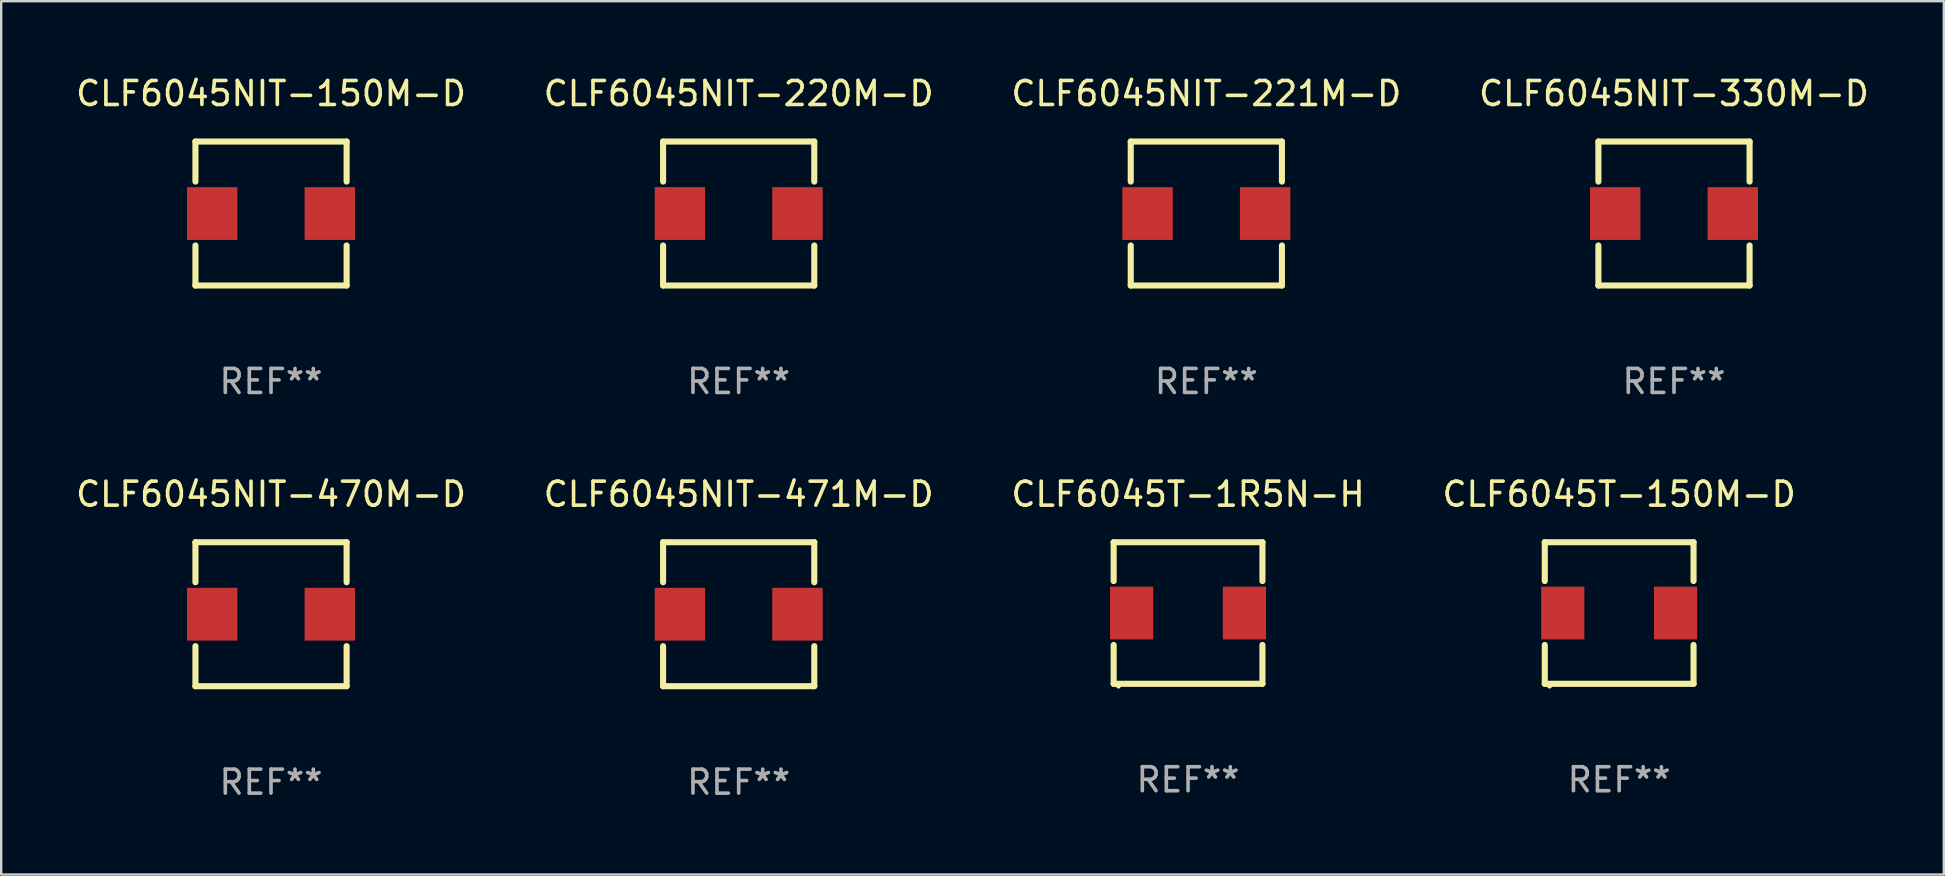
<source format=kicad_pcb>
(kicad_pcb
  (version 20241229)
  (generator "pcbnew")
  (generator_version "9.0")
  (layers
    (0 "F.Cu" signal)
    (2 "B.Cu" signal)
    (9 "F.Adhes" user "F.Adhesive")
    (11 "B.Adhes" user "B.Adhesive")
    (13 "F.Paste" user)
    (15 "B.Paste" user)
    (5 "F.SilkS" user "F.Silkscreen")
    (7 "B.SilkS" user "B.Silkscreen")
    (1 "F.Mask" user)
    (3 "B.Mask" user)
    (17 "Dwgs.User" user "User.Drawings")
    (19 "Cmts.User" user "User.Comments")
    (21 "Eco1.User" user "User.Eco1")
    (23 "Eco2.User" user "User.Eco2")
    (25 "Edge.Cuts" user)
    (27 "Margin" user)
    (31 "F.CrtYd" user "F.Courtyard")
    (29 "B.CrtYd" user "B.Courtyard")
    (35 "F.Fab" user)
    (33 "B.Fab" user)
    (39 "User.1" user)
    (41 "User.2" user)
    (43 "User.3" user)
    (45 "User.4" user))
  (footprint "CLF6045NIT-470M-D"
    (layer "F.Cu")
    (at 8.244 22.545)
    (property "Reference" "CLF6045NIT-470M-D" (at 0 -5 0) (layer "F.SilkS") (effects (font (size 1 1) (thickness 0.15))))
    (attr through_hole)
    (fp_line (start -3.15 -3) (end -3.15 -1.331) (stroke (width 0.254) (type solid)) (layer "F.SilkS"))
    (fp_line (start -3.15 -3) (end 3.15 -3) (stroke (width 0.254) (type solid)) (layer "F.SilkS"))
    (fp_line (start -3.15 1.331) (end -3.15 3) (stroke (width 0.254) (type solid)) (layer "F.SilkS"))
    (fp_line (start -3.15 3) (end 3.15 3) (stroke (width 0.254) (type solid)) (layer "F.SilkS"))
    (fp_line (start 3.15 -1.331) (end 3.15 -3) (stroke (width 0.254) (type solid)) (layer "F.SilkS"))
    (fp_line (start 3.15 3) (end 3.15 1.331) (stroke (width 0.254) (type solid)) (layer "F.SilkS"))
    (fp_circle (center -3.15 -3) (end -3.12 -3) (stroke (width 0.06) (type solid)) (fill no) (layer "F.SilkS"))
    (fp_text user "REF**" (at 0 7 0) (layer "F.Fab") (effects (font (size 1 1) (thickness 0.15))))
    (pad "1" smd rect (at -2.45 0) (size 2.1 2.2) (layers "F.Cu" "F.Mask" "F.Paste"))
    (pad "2" smd rect (at 2.45 0) (size 2.1 2.2) (layers "F.Cu" "F.Mask" "F.Paste")))
  (footprint "CLF6045NIT-471M-D"
    (layer "F.Cu")
    (at 27.732 22.545)
    (property "Reference" "CLF6045NIT-471M-D" (at 0 -5 0) (layer "F.SilkS") (effects (font (size 1 1) (thickness 0.15))))
    (attr through_hole)
    (fp_line (start -3.15 -3) (end -3.15 -1.331) (stroke (width 0.254) (type solid)) (layer "F.SilkS"))
    (fp_line (start -3.15 -3) (end 3.15 -3) (stroke (width 0.254) (type solid)) (layer "F.SilkS"))
    (fp_line (start -3.15 1.331) (end -3.15 3) (stroke (width 0.254) (type solid)) (layer "F.SilkS"))
    (fp_line (start -3.15 3) (end 3.15 3) (stroke (width 0.254) (type solid)) (layer "F.SilkS"))
    (fp_line (start 3.15 -1.331) (end 3.15 -3) (stroke (width 0.254) (type solid)) (layer "F.SilkS"))
    (fp_line (start 3.15 3) (end 3.15 1.331) (stroke (width 0.254) (type solid)) (layer "F.SilkS"))
    (fp_circle (center -3.15 -3) (end -3.12 -3) (stroke (width 0.06) (type solid)) (fill no) (layer "F.SilkS"))
    (fp_text user "REF**" (at 0 7 0) (layer "F.Fab") (effects (font (size 1 1) (thickness 0.15))))
    (pad "1" smd rect (at -2.45 0) (size 2.1 2.2) (layers "F.Cu" "F.Mask" "F.Paste"))
    (pad "2" smd rect (at 2.45 0) (size 2.1 2.2) (layers "F.Cu" "F.Mask" "F.Paste")))
  (footprint "CLF6045NIT-221M-D"
    (layer "F.Cu")
    (at 47.22 5.848)
    (property "Reference" "CLF6045NIT-221M-D" (at 0 -5 0) (layer "F.SilkS") (effects (font (size 1 1) (thickness 0.15))))
    (attr through_hole)
    (fp_line (start -3.15 -3) (end -3.15 -1.331) (stroke (width 0.254) (type solid)) (layer "F.SilkS"))
    (fp_line (start -3.15 -3) (end 3.15 -3) (stroke (width 0.254) (type solid)) (layer "F.SilkS"))
    (fp_line (start -3.15 1.331) (end -3.15 3) (stroke (width 0.254) (type solid)) (layer "F.SilkS"))
    (fp_line (start -3.15 3) (end 3.15 3) (stroke (width 0.254) (type solid)) (layer "F.SilkS"))
    (fp_line (start 3.15 -1.331) (end 3.15 -3) (stroke (width 0.254) (type solid)) (layer "F.SilkS"))
    (fp_line (start 3.15 3) (end 3.15 1.331) (stroke (width 0.254) (type solid)) (layer "F.SilkS"))
    (fp_circle (center -3.15 -3) (end -3.12 -3) (stroke (width 0.06) (type solid)) (fill no) (layer "F.SilkS"))
    (fp_text user "REF**" (at 0 7 0) (layer "F.Fab") (effects (font (size 1 1) (thickness 0.15))))
    (pad "1" smd rect (at -2.45 0) (size 2.1 2.2) (layers "F.Cu" "F.Mask" "F.Paste"))
    (pad "2" smd rect (at 2.45 0) (size 2.1 2.2) (layers "F.Cu" "F.Mask" "F.Paste")))
  (footprint "CLF6045T-1R5N-H"
    (layer "F.Cu")
    (at 46.458 22.495)
    (property "Reference" "CLF6045T-1R5N-H" (at 0 -4.95 0) (layer "F.SilkS") (effects (font (size 1 1) (thickness 0.15))))
    (attr through_hole)
    (fp_line (start -3.1 -2.95) (end 3.1 -2.95) (stroke (width 0.254) (type solid)) (layer "F.SilkS"))
    (fp_line (start -3.1 -1.331) (end -3.1 -2.95) (stroke (width 0.254) (type solid)) (layer "F.SilkS"))
    (fp_line (start -3.1 2.95) (end -3.1 1.331) (stroke (width 0.254) (type solid)) (layer "F.SilkS"))
    (fp_line (start 3.1 -1.331) (end 3.1 -2.95) (stroke (width 0.254) (type solid)) (layer "F.SilkS"))
    (fp_line (start 3.1 2.95) (end -3.1 2.95) (stroke (width 0.254) (type solid)) (layer "F.SilkS"))
    (fp_line (start 3.1 2.95) (end 3.1 1.331) (stroke (width 0.254) (type solid)) (layer "F.SilkS"))
    (fp_circle (center -2.9 3.05) (end -2.85 3.05) (stroke (width 0.1) (type solid)) (fill no) (layer "F.SilkS"))
    (fp_text user "REF**" (at 0 6.95 0) (layer "F.Fab") (effects (font (size 1 1) (thickness 0.15))))
    (pad "1" smd rect (at -2.35 0.000013) (size 1.8 2.2) (layers "F.Cu" "F.Mask" "F.Paste"))
    (pad "2" smd rect (at 2.35 0.000013) (size 1.8 2.2) (layers "F.Cu" "F.Mask" "F.Paste")))
  (footprint "CLF6045NIT-330M-D"
    (layer "F.Cu")
    (at 66.708 5.848)
    (property "Reference" "CLF6045NIT-330M-D" (at 0 -5 0) (layer "F.SilkS") (effects (font (size 1 1) (thickness 0.15))))
    (attr through_hole)
    (fp_line (start -3.15 -3) (end -3.15 -1.331) (stroke (width 0.254) (type solid)) (layer "F.SilkS"))
    (fp_line (start -3.15 -3) (end 3.15 -3) (stroke (width 0.254) (type solid)) (layer "F.SilkS"))
    (fp_line (start -3.15 1.331) (end -3.15 3) (stroke (width 0.254) (type solid)) (layer "F.SilkS"))
    (fp_line (start -3.15 3) (end 3.15 3) (stroke (width 0.254) (type solid)) (layer "F.SilkS"))
    (fp_line (start 3.15 -1.331) (end 3.15 -3) (stroke (width 0.254) (type solid)) (layer "F.SilkS"))
    (fp_line (start 3.15 3) (end 3.15 1.331) (stroke (width 0.254) (type solid)) (layer "F.SilkS"))
    (fp_circle (center -3.15 -3) (end -3.12 -3) (stroke (width 0.06) (type solid)) (fill no) (layer "F.SilkS"))
    (fp_text user "REF**" (at 0 7 0) (layer "F.Fab") (effects (font (size 1 1) (thickness 0.15))))
    (pad "1" smd rect (at -2.45 0) (size 2.1 2.2) (layers "F.Cu" "F.Mask" "F.Paste"))
    (pad "2" smd rect (at 2.45 0) (size 2.1 2.2) (layers "F.Cu" "F.Mask" "F.Paste")))
  (footprint "CLF6045T-150M-D"
    (layer "F.Cu")
    (at 64.423 22.495)
    (property "Reference" "CLF6045T-150M-D" (at 0 -4.95 0) (layer "F.SilkS") (effects (font (size 1 1) (thickness 0.15))))
    (attr through_hole)
    (fp_line (start -3.1 -2.95) (end 3.1 -2.95) (stroke (width 0.254) (type solid)) (layer "F.SilkS"))
    (fp_line (start -3.1 -1.331) (end -3.1 -2.95) (stroke (width 0.254) (type solid)) (layer "F.SilkS"))
    (fp_line (start -3.1 2.95) (end -3.1 1.331) (stroke (width 0.254) (type solid)) (layer "F.SilkS"))
    (fp_line (start 3.1 -1.331) (end 3.1 -2.95) (stroke (width 0.254) (type solid)) (layer "F.SilkS"))
    (fp_line (start 3.1 2.95) (end -3.1 2.95) (stroke (width 0.254) (type solid)) (layer "F.SilkS"))
    (fp_line (start 3.1 2.95) (end 3.1 1.331) (stroke (width 0.254) (type solid)) (layer "F.SilkS"))
    (fp_circle (center -2.9 3.05) (end -2.85 3.05) (stroke (width 0.1) (type solid)) (fill no) (layer "F.SilkS"))
    (fp_text user "REF**" (at 0 6.95 0) (layer "F.Fab") (effects (font (size 1 1) (thickness 0.15))))
    (pad "1" smd rect (at -2.35 0.000013) (size 1.8 2.2) (layers "F.Cu" "F.Mask" "F.Paste"))
    (pad "2" smd rect (at 2.35 0.000013) (size 1.8 2.2) (layers "F.Cu" "F.Mask" "F.Paste")))
  (footprint "CLF6045NIT-220M-D"
    (layer "F.Cu")
    (at 27.732 5.848)
    (property "Reference" "CLF6045NIT-220M-D" (at 0 -5 0) (layer "F.SilkS") (effects (font (size 1 1) (thickness 0.15))))
    (attr through_hole)
    (fp_line (start -3.15 -3) (end -3.15 -1.331) (stroke (width 0.254) (type solid)) (layer "F.SilkS"))
    (fp_line (start -3.15 -3) (end 3.15 -3) (stroke (width 0.254) (type solid)) (layer "F.SilkS"))
    (fp_line (start -3.15 1.331) (end -3.15 3) (stroke (width 0.254) (type solid)) (layer "F.SilkS"))
    (fp_line (start -3.15 3) (end 3.15 3) (stroke (width 0.254) (type solid)) (layer "F.SilkS"))
    (fp_line (start 3.15 -1.331) (end 3.15 -3) (stroke (width 0.254) (type solid)) (layer "F.SilkS"))
    (fp_line (start 3.15 3) (end 3.15 1.331) (stroke (width 0.254) (type solid)) (layer "F.SilkS"))
    (fp_circle (center -3.15 -3) (end -3.12 -3) (stroke (width 0.06) (type solid)) (fill no) (layer "F.SilkS"))
    (fp_text user "REF**" (at 0 7 0) (layer "F.Fab") (effects (font (size 1 1) (thickness 0.15))))
    (pad "1" smd rect (at -2.45 0) (size 2.1 2.2) (layers "F.Cu" "F.Mask" "F.Paste"))
    (pad "2" smd rect (at 2.45 0) (size 2.1 2.2) (layers "F.Cu" "F.Mask" "F.Paste")))
  (footprint "CLF6045NIT-150M-D"
    (layer "F.Cu")
    (at 8.244 5.848)
    (property "Reference" "CLF6045NIT-150M-D" (at 0 -5 0) (layer "F.SilkS") (effects (font (size 1 1) (thickness 0.15))))
    (attr through_hole)
    (fp_line (start -3.15 -3) (end -3.15 -1.331) (stroke (width 0.254) (type solid)) (layer "F.SilkS"))
    (fp_line (start -3.15 -3) (end 3.15 -3) (stroke (width 0.254) (type solid)) (layer "F.SilkS"))
    (fp_line (start -3.15 1.331) (end -3.15 3) (stroke (width 0.254) (type solid)) (layer "F.SilkS"))
    (fp_line (start -3.15 3) (end 3.15 3) (stroke (width 0.254) (type solid)) (layer "F.SilkS"))
    (fp_line (start 3.15 -1.331) (end 3.15 -3) (stroke (width 0.254) (type solid)) (layer "F.SilkS"))
    (fp_line (start 3.15 3) (end 3.15 1.331) (stroke (width 0.254) (type solid)) (layer "F.SilkS"))
    (fp_circle (center -3.15 -3) (end -3.12 -3) (stroke (width 0.06) (type solid)) (fill no) (layer "F.SilkS"))
    (fp_text user "REF**" (at 0 7 0) (layer "F.Fab") (effects (font (size 1 1) (thickness 0.15))))
    (pad "1" smd rect (at -2.45 0) (size 2.1 2.2) (layers "F.Cu" "F.Mask" "F.Paste"))
    (pad "2" smd rect (at 2.45 0) (size 2.1 2.2) (layers "F.Cu" "F.Mask" "F.Paste")))
  (gr_rect
    (start -3 -3)
    (end 77.952 33.393)
    (stroke (width 0.1) (type default))
    (fill no)
    (layer "Edge.Cuts")))
</source>
